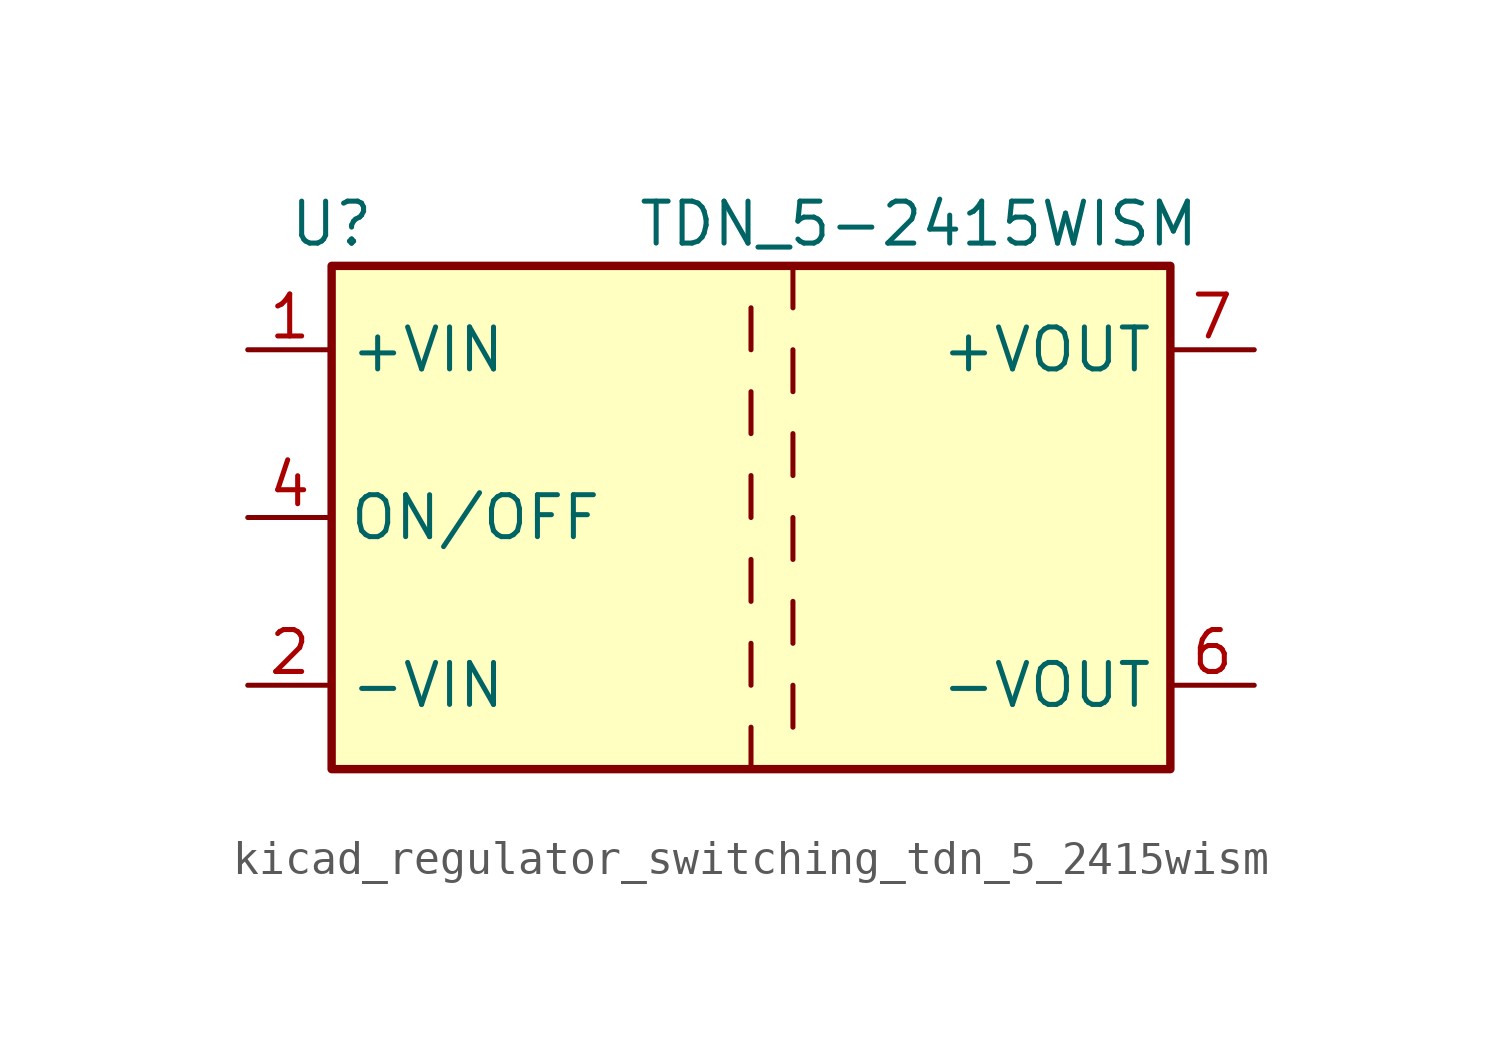
<source format=kicad_sym>
(kicad_symbol_lib
  (version 20220914)
  (generator kicad_symbol_editor)
  (symbol "kicad_regulator_switching_tdn_5_2415wism"
    (property "Reference" "U"
      (at -12.7 8.89 0)
      (effects (font (size 1.27 1.27))))
    (property "Value" "TDN_5-2415WISM"
      (at 5.08 8.89 0)
      (effects (font (size 1.27 1.27))))
    (symbol "kicad_regulator_switching_tdn_5_2415wism_0_1"
      (rectangle (start -12.7 7.62) (end 12.7 -7.62) (stroke (width 0.254) (type default)) (fill (type background))))
    (symbol "kicad_regulator_switching_tdn_5_2415wism_1_1"
      (polyline (pts (xy 0 -6.35) (xy 0 -7.62)) (stroke (width 0) (type default)) (fill (type none)))
      (polyline (pts (xy 0 -3.81) (xy 0 -5.08)) (stroke (width 0) (type default)) (fill (type none)))
      (polyline (pts (xy 0 -1.27) (xy 0 -2.54)) (stroke (width 0) (type default)) (fill (type none)))
      (polyline (pts (xy 0 1.27) (xy 0 0)) (stroke (width 0) (type default)) (fill (type none)))
      (polyline (pts (xy 0 3.81) (xy 0 2.54)) (stroke (width 0) (type default)) (fill (type none)))
      (polyline (pts (xy 0 6.35) (xy 0 5.08)) (stroke (width 0) (type default)) (fill (type none)))
      (polyline (pts (xy 1.27 -5.08) (xy 1.27 -6.35)) (stroke (width 0) (type default)) (fill (type none)))
      (polyline (pts (xy 1.27 -2.54) (xy 1.27 -3.81)) (stroke (width 0) (type default)) (fill (type none)))
      (polyline (pts (xy 1.27 0) (xy 1.27 -1.27)) (stroke (width 0) (type default)) (fill (type none)))
      (polyline (pts (xy 1.27 2.54) (xy 1.27 1.27)) (stroke (width 0) (type default)) (fill (type none)))
      (polyline (pts (xy 1.27 5.08) (xy 1.27 3.81)) (stroke (width 0) (type default)) (fill (type none)))
      (polyline (pts (xy 1.27 7.62) (xy 1.27 6.35)) (stroke (width 0) (type default)) (fill (type none)))
      (pin power_in line (at -15.24 5.08 0) (length 2.54) (name "+VIN" (effects (font (size 1.27 1.27)))) (number "1" (effects (font (size 1.27 1.27)))))
      (pin power_in line (at -15.24 -5.08 0) (length 2.54) (name "-VIN" (effects (font (size 1.27 1.27)))) (number "2" (effects (font (size 1.27 1.27)))))
      (pin input line (at -15.24 0 0) (length 2.54) (name "ON/OFF" (effects (font (size 1.27 1.27)))) (number "4" (effects (font (size 1.27 1.27)))))
      (pin no_connect line (at 12.7 2.54 180) (length 2.54) hide (name "NC" (effects (font (size 1.27 1.27)))) (number "5" (effects (font (size 1.27 1.27)))))
      (pin power_out line (at 15.24 -5.08 180) (length 2.54) (name "-VOUT" (effects (font (size 1.27 1.27)))) (number "6" (effects (font (size 1.27 1.27)))))
      (pin power_out line (at 15.24 5.08 180) (length 2.54) (name "+VOUT" (effects (font (size 1.27 1.27)))) (number "7" (effects (font (size 1.27 1.27))))))))
</source>
